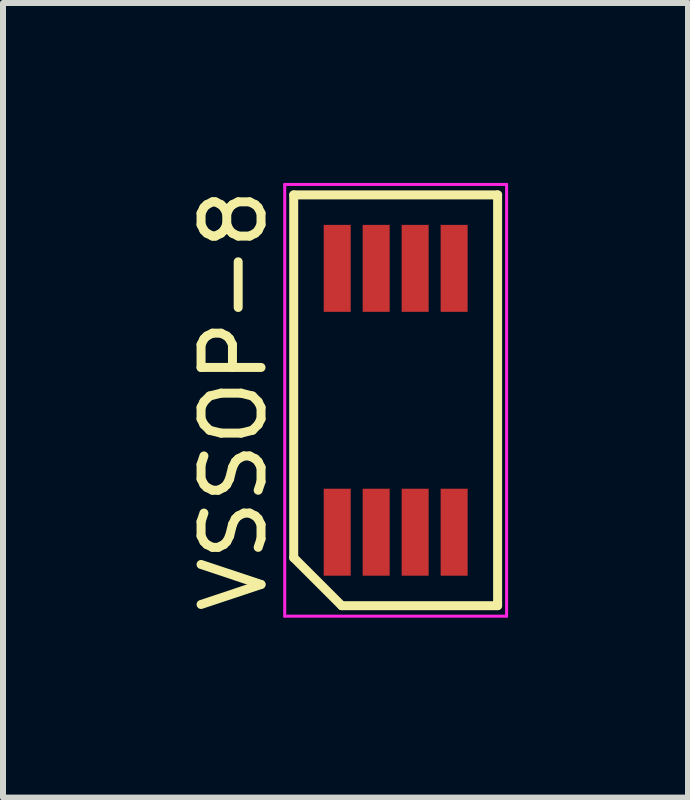
<source format=kicad_pcb>
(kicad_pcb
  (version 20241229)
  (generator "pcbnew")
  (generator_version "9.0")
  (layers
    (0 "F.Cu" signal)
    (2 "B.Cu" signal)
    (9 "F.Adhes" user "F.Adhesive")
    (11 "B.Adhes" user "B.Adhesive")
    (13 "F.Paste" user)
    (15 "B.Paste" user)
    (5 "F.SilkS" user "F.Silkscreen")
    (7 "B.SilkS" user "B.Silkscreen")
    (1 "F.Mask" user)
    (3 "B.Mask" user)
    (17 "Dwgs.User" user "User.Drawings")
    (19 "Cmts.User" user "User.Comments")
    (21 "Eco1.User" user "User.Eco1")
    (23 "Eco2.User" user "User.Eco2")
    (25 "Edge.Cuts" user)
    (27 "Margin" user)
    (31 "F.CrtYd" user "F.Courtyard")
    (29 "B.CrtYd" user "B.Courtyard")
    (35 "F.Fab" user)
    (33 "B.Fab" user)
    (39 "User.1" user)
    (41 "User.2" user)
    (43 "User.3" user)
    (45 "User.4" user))
  (footprint "VSSOP-8"
    (layer "F.Cu")
    (at 3.548 3.625)
    (property "Reference" "VSSOP-8" (at -2.7 0 90) (layer "F.SilkS") (effects (font (size 1 1) (thickness 0.15))))
    (attr smd)
    (fp_line (start -1.7 -3.425) (end 1.7 -3.425) (stroke (width 0.15) (type solid)) (layer "F.SilkS"))
    (fp_line (start -1.7 2.625) (end -1.7 -3.425) (stroke (width 0.15) (type solid)) (layer "F.SilkS"))
    (fp_line (start -0.9 3.425) (end -1.7 2.625) (stroke (width 0.15) (type solid)) (layer "F.SilkS"))
    (fp_line (start 1.7 -3.425) (end 1.7 3.425) (stroke (width 0.15) (type solid)) (layer "F.SilkS"))
    (fp_line (start 1.7 3.425) (end -0.9 3.425) (stroke (width 0.15) (type solid)) (layer "F.SilkS"))
    (fp_line (start -1.85 -3.6) (end 1.85 -3.6) (stroke (width 0.05) (type solid)) (layer "F.CrtYd"))
    (fp_line (start -1.85 3.6) (end -1.85 -3.6) (stroke (width 0.05) (type solid)) (layer "F.CrtYd"))
    (fp_line (start 1.85 -3.6) (end 1.85 3.6) (stroke (width 0.05) (type solid)) (layer "F.CrtYd"))
    (fp_line (start 1.85 3.6) (end -1.85 3.6) (stroke (width 0.05) (type solid)) (layer "F.CrtYd"))
    (pad "1" smd rect (at -0.975 2.2) (size 0.45 1.45) (layers "F.Cu" "F.Mask" "F.Paste"))
    (pad "2" smd rect (at -0.325 2.2) (size 0.45 1.45) (layers "F.Cu" "F.Mask" "F.Paste"))
    (pad "3" smd rect (at 0.325 2.2) (size 0.45 1.45) (layers "F.Cu" "F.Mask" "F.Paste"))
    (pad "4" smd rect (at 0.975 2.2) (size 0.45 1.45) (layers "F.Cu" "F.Mask" "F.Paste"))
    (pad "5" smd rect (at 0.975 -2.2) (size 0.45 1.45) (layers "F.Cu" "F.Mask" "F.Paste"))
    (pad "6" smd rect (at 0.325 -2.2) (size 0.45 1.45) (layers "F.Cu" "F.Mask" "F.Paste"))
    (pad "7" smd rect (at -0.325 -2.2) (size 0.45 1.45) (layers "F.Cu" "F.Mask" "F.Paste"))
    (pad "8" smd rect (at -0.975 -2.2) (size 0.45 1.45) (layers "F.Cu" "F.Mask" "F.Paste")))
  (gr_rect
    (start -3 -3)
    (end 8.423 10.25)
    (stroke (width 0.1) (type default))
    (fill no)
    (layer "Edge.Cuts")))
</source>
